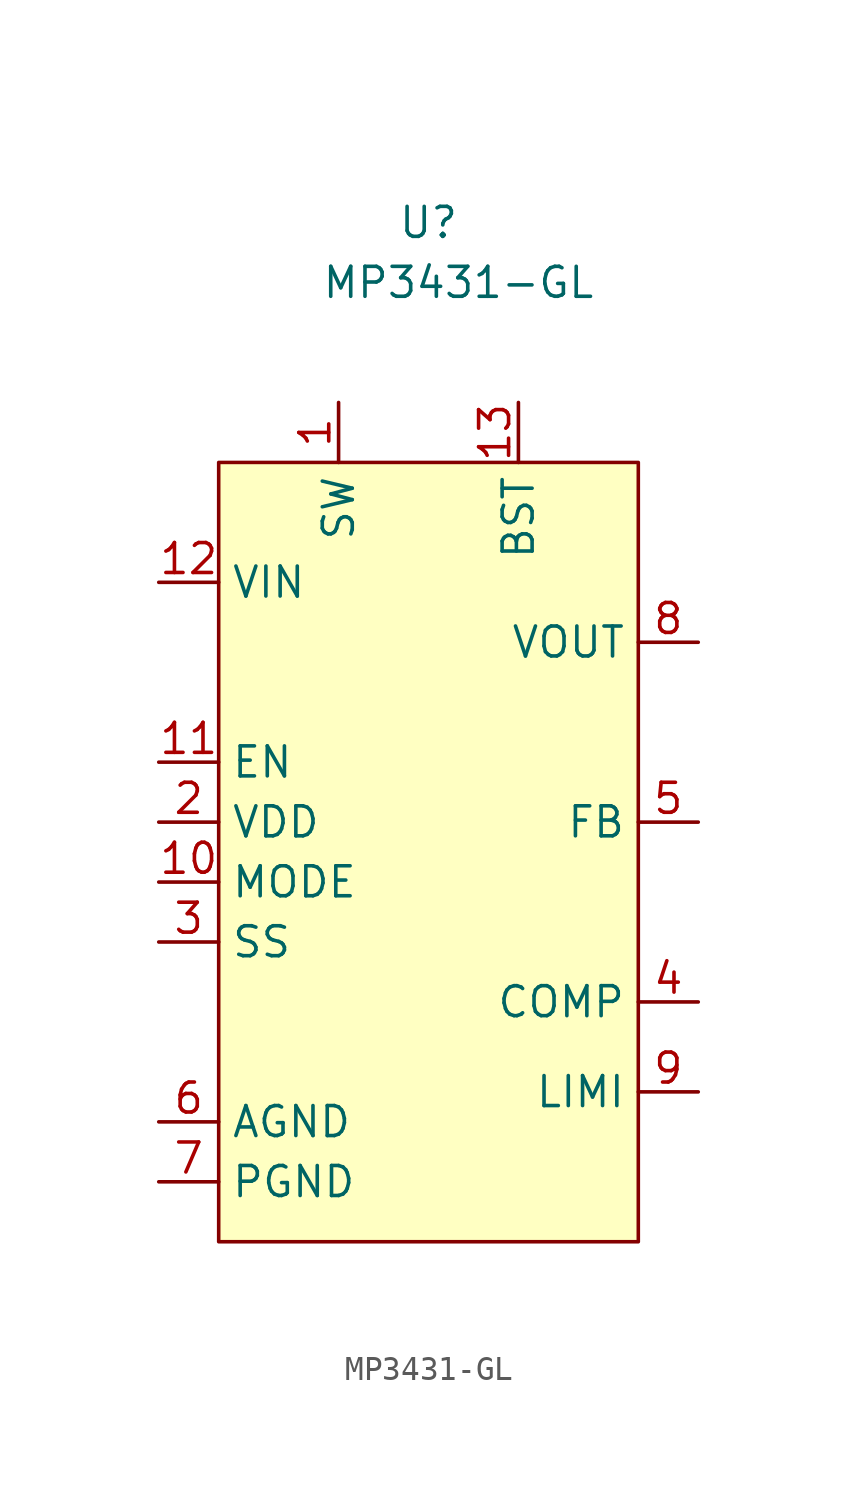
<source format=kicad_sym>
(kicad_symbol_lib
  (version 20211014)
  (generator kicad_symbol_editor)
  (symbol "MP3431-GL"
    (property "Reference" "U"
      (at 0 3.81 0)
      (effects (font (size 1.27 1.27))))
    (property "Value" "MP3431-GL"
      (at 1.27 1.27 0)
      (effects (font (size 1.27 1.27))))
    (symbol "MP3431-GL_0_0"
      (pin output line (at -3.81 -3.81 270) (length 2.54) (name "SW" (effects (font (size 1.27 1.27)))) (number "1" (effects (font (size 1.27 1.27)))))
      (pin input line (at -11.43 -24.13 0) (length 2.54) (name "MODE" (effects (font (size 1.27 1.27)))) (number "10" (effects (font (size 1.27 1.27)))))
      (pin input line (at -11.43 -19.05 0) (length 2.54) (name "EN" (effects (font (size 1.27 1.27)))) (number "11" (effects (font (size 1.27 1.27)))))
      (pin input line (at -11.43 -11.43 0) (length 2.54) (name "VIN" (effects (font (size 1.27 1.27)))) (number "12" (effects (font (size 1.27 1.27)))))
      (pin input line (at 3.81 -3.81 270) (length 2.54) (name "BST" (effects (font (size 1.27 1.27)))) (number "13" (effects (font (size 1.27 1.27)))))
      (pin output line (at -11.43 -21.59 0) (length 2.54) (name "VDD" (effects (font (size 1.27 1.27)))) (number "2" (effects (font (size 1.27 1.27)))))
      (pin input line (at -11.43 -26.67 0) (length 2.54) (name "SS" (effects (font (size 1.27 1.27)))) (number "3" (effects (font (size 1.27 1.27)))))
      (pin output line (at 11.43 -29.21 180) (length 2.54) (name "COMP" (effects (font (size 1.27 1.27)))) (number "4" (effects (font (size 1.27 1.27)))))
      (pin input line (at 11.43 -21.59 180) (length 2.54) (name "FB" (effects (font (size 1.27 1.27)))) (number "5" (effects (font (size 1.27 1.27)))))
      (pin passive line (at -11.43 -34.29 0) (length 2.54) (name "AGND" (effects (font (size 1.27 1.27)))) (number "6" (effects (font (size 1.27 1.27)))))
      (pin passive line (at -11.43 -36.83 0) (length 2.54) (name "PGND" (effects (font (size 1.27 1.27)))) (number "7" (effects (font (size 1.27 1.27)))))
      (pin output line (at 11.43 -13.97 180) (length 2.54) (name "VOUT" (effects (font (size 1.27 1.27)))) (number "8" (effects (font (size 1.27 1.27)))))
      (pin input line (at 11.43 -33.02 180) (length 2.54) (name "LIMI" (effects (font (size 1.27 1.27)))) (number "9" (effects (font (size 1.27 1.27))))))
    (symbol "MP3431-GL_0_1"
      (rectangle (start -8.89 -6.35) (end 8.89 -39.37) (stroke (width 0.152) (type default) (color 0 0 0 0)) (fill (type background))))))
</source>
